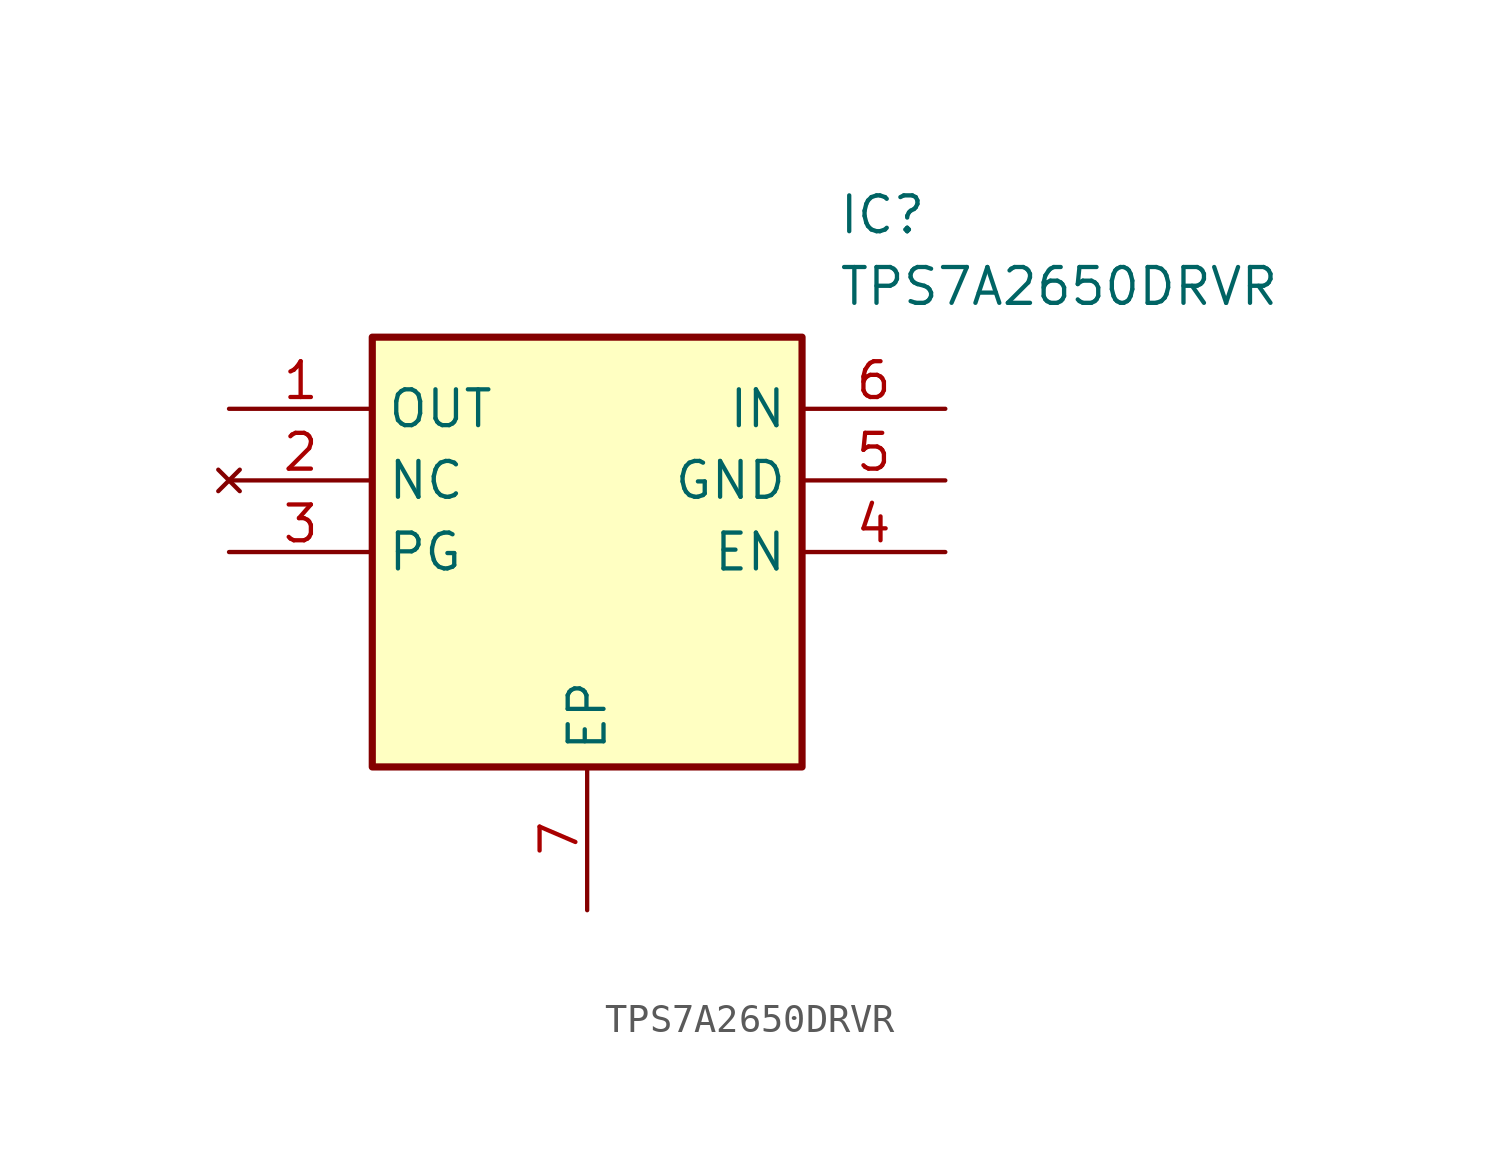
<source format=kicad_sym>
(kicad_symbol_lib
  (version 20211014)
  (generator SamacSys_ECAD_Model)
  (symbol "TPS7A2650DRVR"
    (property "Reference" "IC"
      (at 21.59 7.62 0)
      (effects (font (size 1.27 1.27)) (justify left top)))
    (property "Value" "TPS7A2650DRVR"
      (at 21.59 5.08 0)
      (effects (font (size 1.27 1.27)) (justify left top)))
    (rectangle
      (start 5.08 2.54)
      (end 20.32 -12.7)
      (stroke (width 0.254) (type default))
      (fill (type background)))
    (pin passive line
      (at 0 0 0)
      (length 5.08)
      (name "OUT" (effects (font (size 1.27 1.27))))
      (number "1" (effects (font (size 1.27 1.27)))))
    (pin no_connect line
      (at 0 -2.54 0)
      (length 5.08)
      (name "NC" (effects (font (size 1.27 1.27))))
      (number "2" (effects (font (size 1.27 1.27)))))
    (pin passive line
      (at 0 -5.08 0)
      (length 5.08)
      (name "PG" (effects (font (size 1.27 1.27))))
      (number "3" (effects (font (size 1.27 1.27)))))
    (pin passive line
      (at 12.7 -17.78 90)
      (length 5.08)
      (name "EP" (effects (font (size 1.27 1.27))))
      (number "7" (effects (font (size 1.27 1.27)))))
    (pin passive line
      (at 25.4 0 180)
      (length 5.08)
      (name "IN" (effects (font (size 1.27 1.27))))
      (number "6" (effects (font (size 1.27 1.27)))))
    (pin passive line
      (at 25.4 -2.54 180)
      (length 5.08)
      (name "GND" (effects (font (size 1.27 1.27))))
      (number "5" (effects (font (size 1.27 1.27)))))
    (pin passive line
      (at 25.4 -5.08 180)
      (length 5.08)
      (name "EN" (effects (font (size 1.27 1.27))))
      (number "4" (effects (font (size 1.27 1.27)))))))
</source>
